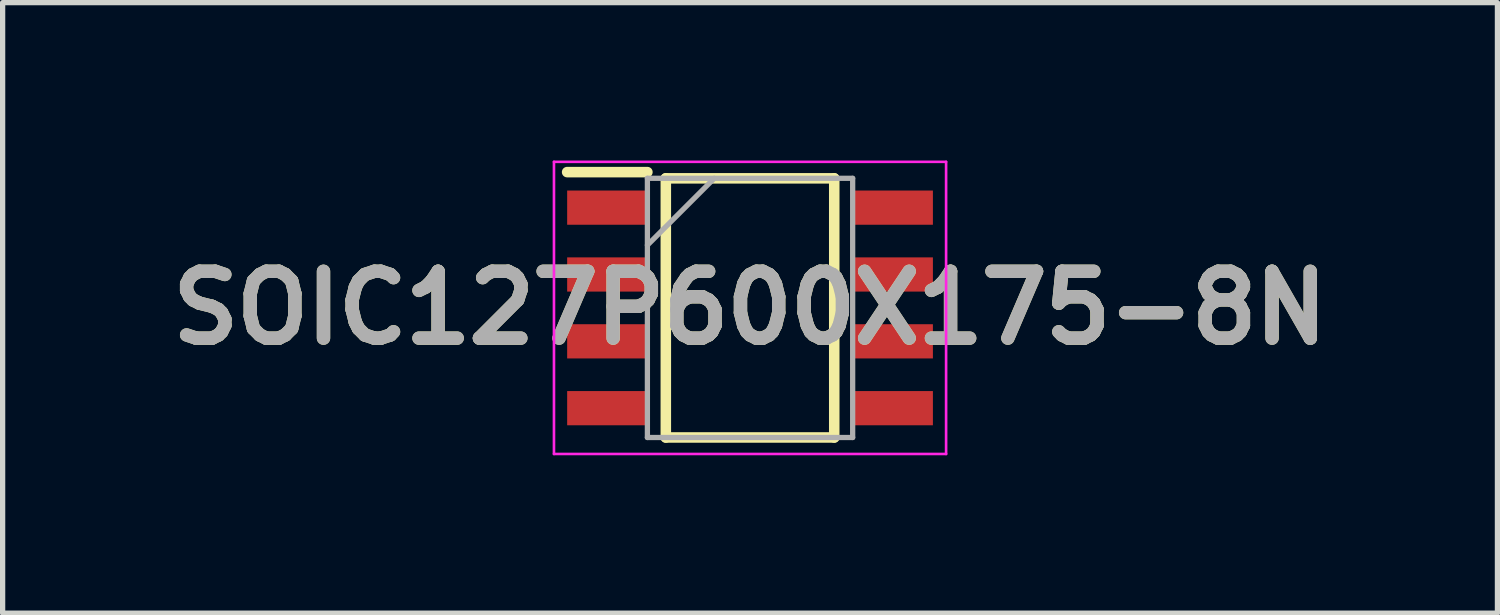
<source format=kicad_pcb>
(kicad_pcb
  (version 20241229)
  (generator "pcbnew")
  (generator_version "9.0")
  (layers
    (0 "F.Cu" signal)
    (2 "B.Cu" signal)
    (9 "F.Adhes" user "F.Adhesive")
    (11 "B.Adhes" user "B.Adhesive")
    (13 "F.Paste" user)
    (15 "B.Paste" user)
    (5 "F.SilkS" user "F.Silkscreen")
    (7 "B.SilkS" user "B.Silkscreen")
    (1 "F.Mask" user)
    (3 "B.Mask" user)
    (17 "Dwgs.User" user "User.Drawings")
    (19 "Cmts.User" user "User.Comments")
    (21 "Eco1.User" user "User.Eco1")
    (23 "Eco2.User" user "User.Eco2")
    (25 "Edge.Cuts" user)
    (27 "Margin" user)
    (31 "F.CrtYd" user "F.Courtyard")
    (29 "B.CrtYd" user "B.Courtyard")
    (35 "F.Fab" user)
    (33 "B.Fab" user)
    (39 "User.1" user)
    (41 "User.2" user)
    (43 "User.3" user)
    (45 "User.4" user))
  (footprint "SOIC127P600X175-8N"
    (layer "F.Cu")
    (at 11.2 2.8)
    (property "Reference" "SOIC127P600X175-8N" (at 0 0 0) (layer "F.SilkS") (effects (font (size 1.27 1.27) (thickness 0.254))))
    (attr smd)
    (fp_line (start -3.475 -2.58) (end -1.95 -2.58) (stroke (width 0.2) (type solid)) (layer "F.SilkS"))
    (fp_line (start -1.6 -2.462) (end 1.6 -2.462) (stroke (width 0.2) (type solid)) (layer "F.SilkS"))
    (fp_line (start -1.6 2.462) (end -1.6 -2.462) (stroke (width 0.2) (type solid)) (layer "F.SilkS"))
    (fp_line (start 1.6 -2.462) (end 1.6 2.462) (stroke (width 0.2) (type solid)) (layer "F.SilkS"))
    (fp_line (start 1.6 2.462) (end -1.6 2.462) (stroke (width 0.2) (type solid)) (layer "F.SilkS"))
    (fp_line (start -3.725 -2.775) (end 3.725 -2.775) (stroke (width 0.05) (type solid)) (layer "F.CrtYd"))
    (fp_line (start -3.725 2.775) (end -3.725 -2.775) (stroke (width 0.05) (type solid)) (layer "F.CrtYd"))
    (fp_line (start 3.725 -2.775) (end 3.725 2.775) (stroke (width 0.05) (type solid)) (layer "F.CrtYd"))
    (fp_line (start 3.725 2.775) (end -3.725 2.775) (stroke (width 0.05) (type solid)) (layer "F.CrtYd"))
    (fp_line (start -1.95 -2.462) (end 1.95 -2.462) (stroke (width 0.1) (type solid)) (layer "F.Fab"))
    (fp_line (start -1.95 -1.192) (end -0.68 -2.462) (stroke (width 0.1) (type solid)) (layer "F.Fab"))
    (fp_line (start -1.95 2.462) (end -1.95 -2.462) (stroke (width 0.1) (type solid)) (layer "F.Fab"))
    (fp_line (start 1.95 -2.462) (end 1.95 2.462) (stroke (width 0.1) (type solid)) (layer "F.Fab"))
    (fp_line (start 1.95 2.462) (end -1.95 2.462) (stroke (width 0.1) (type solid)) (layer "F.Fab"))
    (fp_text user "${REFERENCE}" (at 0 0 0) (layer "F.Fab") (effects (font (size 1.27 1.27) (thickness 0.254))))
    (pad "1" smd rect (at -2.712 -1.905 90) (size 0.65 1.525) (layers "F.Cu" "F.Mask" "F.Paste"))
    (pad "2" smd rect (at -2.712 -0.635 90) (size 0.65 1.525) (layers "F.Cu" "F.Mask" "F.Paste"))
    (pad "3" smd rect (at -2.712 0.635 90) (size 0.65 1.525) (layers "F.Cu" "F.Mask" "F.Paste"))
    (pad "4" smd rect (at -2.712 1.905 90) (size 0.65 1.525) (layers "F.Cu" "F.Mask" "F.Paste"))
    (pad "5" smd rect (at 2.712 1.905 90) (size 0.65 1.525) (layers "F.Cu" "F.Mask" "F.Paste"))
    (pad "6" smd rect (at 2.712 0.635 90) (size 0.65 1.525) (layers "F.Cu" "F.Mask" "F.Paste"))
    (pad "7" smd rect (at 2.712 -0.635 90) (size 0.65 1.525) (layers "F.Cu" "F.Mask" "F.Paste"))
    (pad "8" smd rect (at 2.712 -1.905 90) (size 0.65 1.525) (layers "F.Cu" "F.Mask" "F.Paste")))
  (gr_rect
    (start -3 -3)
    (end 25.4 8.6)
    (stroke (width 0.1) (type default))
    (fill no)
    (layer "Edge.Cuts")))
</source>
